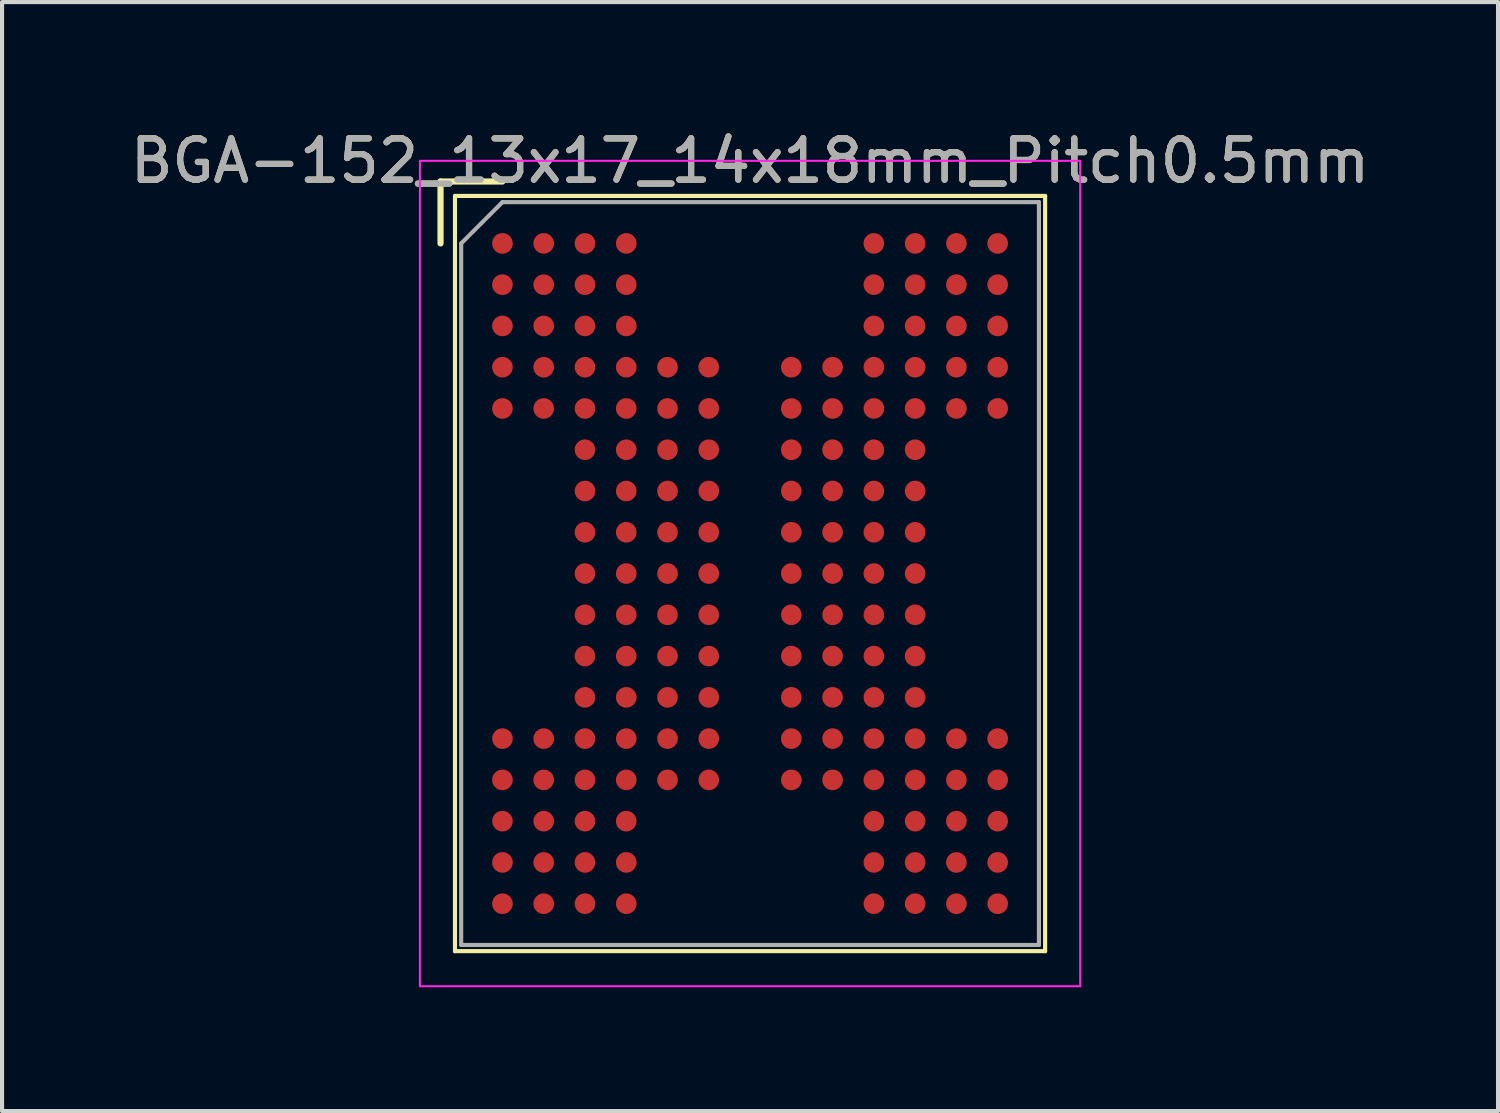
<source format=kicad_pcb>
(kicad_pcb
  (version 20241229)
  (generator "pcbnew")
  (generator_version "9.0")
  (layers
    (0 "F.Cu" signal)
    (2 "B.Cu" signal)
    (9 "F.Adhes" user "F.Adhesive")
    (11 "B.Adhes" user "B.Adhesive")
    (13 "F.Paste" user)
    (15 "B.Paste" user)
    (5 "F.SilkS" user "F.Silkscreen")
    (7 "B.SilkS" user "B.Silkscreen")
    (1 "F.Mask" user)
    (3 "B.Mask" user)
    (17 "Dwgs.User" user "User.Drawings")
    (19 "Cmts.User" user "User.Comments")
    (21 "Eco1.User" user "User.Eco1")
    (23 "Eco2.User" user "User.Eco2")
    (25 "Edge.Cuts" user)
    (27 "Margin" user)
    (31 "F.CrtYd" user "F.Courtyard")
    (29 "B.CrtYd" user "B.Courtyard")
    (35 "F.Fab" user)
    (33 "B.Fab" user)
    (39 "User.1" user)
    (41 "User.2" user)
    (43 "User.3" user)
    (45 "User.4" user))
  (footprint "BGA-152_13x17_14x18mm_Pitch0.5mm"
    (layer "F.Cu")
    (at 15.125 10.848)
    (property "Reference" "BGA-152_13x17_14x18mm_Pitch0.5mm" (at 0 -10 0) (layer "F.SilkS") (effects (font (size 1 1) (thickness 0.15))))
    (attr smd)
    (fp_line (start -7.5 -9.5) (end -6 -9.5) (stroke (width 0.15) (type solid)) (layer "F.SilkS"))
    (fp_line (start -7.5 -8) (end -7.5 -9.5) (stroke (width 0.15) (type solid)) (layer "F.SilkS"))
    (fp_line (start -7.15 -9.15) (end 7.15 -9.15) (stroke (width 0.1) (type solid)) (layer "F.SilkS"))
    (fp_line (start -7.15 9.15) (end -7.15 -9.15) (stroke (width 0.1) (type solid)) (layer "F.SilkS"))
    (fp_line (start 7.15 -9.15) (end 7.15 9.15) (stroke (width 0.1) (type solid)) (layer "F.SilkS"))
    (fp_line (start 7.15 9.15) (end -7.15 9.15) (stroke (width 0.1) (type solid)) (layer "F.SilkS"))
    (fp_line (start -8 -10) (end 8 -10) (stroke (width 0.05) (type solid)) (layer "F.CrtYd"))
    (fp_line (start -8 10) (end -8 -10) (stroke (width 0.05) (type solid)) (layer "F.CrtYd"))
    (fp_line (start 8 -10) (end 8 10) (stroke (width 0.05) (type solid)) (layer "F.CrtYd"))
    (fp_line (start 8 10) (end -8 10) (stroke (width 0.05) (type solid)) (layer "F.CrtYd"))
    (fp_line (start -7 -8) (end -7 9) (stroke (width 0.1) (type solid)) (layer "F.Fab"))
    (fp_line (start -7 9) (end 7 9) (stroke (width 0.1) (type solid)) (layer "F.Fab"))
    (fp_line (start -6 -9) (end -7 -8) (stroke (width 0.1) (type solid)) (layer "F.Fab"))
    (fp_line (start 7 -9) (end -6 -9) (stroke (width 0.1) (type solid)) (layer "F.Fab"))
    (fp_line (start 7 9) (end 7 -9) (stroke (width 0.1) (type solid)) (layer "F.Fab"))
    (fp_text user "${REFERENCE}" (at 0 -10 0) (layer "F.Fab") (effects (font (size 1 1) (thickness 0.15))))
    (pad "A1" smd circle (at -6 -8) (size 0.5 0.5) (layers "F.Cu" "F.Mask" "F.Paste"))
    (pad "A2" smd circle (at -5 -8) (size 0.5 0.5) (layers "F.Cu" "F.Mask" "F.Paste"))
    (pad "A3" smd circle (at -4 -8) (size 0.5 0.5) (layers "F.Cu" "F.Mask" "F.Paste"))
    (pad "A4" smd circle (at -3 -8) (size 0.5 0.5) (layers "F.Cu" "F.Mask" "F.Paste"))
    (pad "A10" smd circle (at 3 -8) (size 0.5 0.5) (layers "F.Cu" "F.Mask" "F.Paste"))
    (pad "A11" smd circle (at 4 -8) (size 0.5 0.5) (layers "F.Cu" "F.Mask" "F.Paste"))
    (pad "A12" smd circle (at 5 -8) (size 0.5 0.5) (layers "F.Cu" "F.Mask" "F.Paste"))
    (pad "A13" smd circle (at 6 -8) (size 0.5 0.5) (layers "F.Cu" "F.Mask" "F.Paste"))
    (pad "B1" smd circle (at -6 -7) (size 0.5 0.5) (layers "F.Cu" "F.Mask" "F.Paste"))
    (pad "B2" smd circle (at -5 -7) (size 0.5 0.5) (layers "F.Cu" "F.Mask" "F.Paste"))
    (pad "B3" smd circle (at -4 -7) (size 0.5 0.5) (layers "F.Cu" "F.Mask" "F.Paste"))
    (pad "B4" smd circle (at -3 -7) (size 0.5 0.5) (layers "F.Cu" "F.Mask" "F.Paste"))
    (pad "B10" smd circle (at 3 -7) (size 0.5 0.5) (layers "F.Cu" "F.Mask" "F.Paste"))
    (pad "B11" smd circle (at 4 -7) (size 0.5 0.5) (layers "F.Cu" "F.Mask" "F.Paste"))
    (pad "B12" smd circle (at 5 -7) (size 0.5 0.5) (layers "F.Cu" "F.Mask" "F.Paste"))
    (pad "B13" smd circle (at 6 -7) (size 0.5 0.5) (layers "F.Cu" "F.Mask" "F.Paste"))
    (pad "C1" smd circle (at -6 -6) (size 0.5 0.5) (layers "F.Cu" "F.Mask" "F.Paste"))
    (pad "C2" smd circle (at -5 -6) (size 0.5 0.5) (layers "F.Cu" "F.Mask" "F.Paste"))
    (pad "C3" smd circle (at -4 -6) (size 0.5 0.5) (layers "F.Cu" "F.Mask" "F.Paste"))
    (pad "C4" smd circle (at -3 -6) (size 0.5 0.5) (layers "F.Cu" "F.Mask" "F.Paste"))
    (pad "C10" smd circle (at 3 -6) (size 0.5 0.5) (layers "F.Cu" "F.Mask" "F.Paste"))
    (pad "C11" smd circle (at 4 -6) (size 0.5 0.5) (layers "F.Cu" "F.Mask" "F.Paste"))
    (pad "C12" smd circle (at 5 -6) (size 0.5 0.5) (layers "F.Cu" "F.Mask" "F.Paste"))
    (pad "C13" smd circle (at 6 -6) (size 0.5 0.5) (layers "F.Cu" "F.Mask" "F.Paste"))
    (pad "D1" smd circle (at -6 -5) (size 0.5 0.5) (layers "F.Cu" "F.Mask" "F.Paste"))
    (pad "D2" smd circle (at -5 -5) (size 0.5 0.5) (layers "F.Cu" "F.Mask" "F.Paste"))
    (pad "D3" smd circle (at -4 -5) (size 0.5 0.5) (layers "F.Cu" "F.Mask" "F.Paste"))
    (pad "D4" smd circle (at -3 -5) (size 0.5 0.5) (layers "F.Cu" "F.Mask" "F.Paste"))
    (pad "D5" smd circle (at -2 -5) (size 0.5 0.5) (layers "F.Cu" "F.Mask" "F.Paste"))
    (pad "D6" smd circle (at -1 -5) (size 0.5 0.5) (layers "F.Cu" "F.Mask" "F.Paste"))
    (pad "D8" smd circle (at 1 -5) (size 0.5 0.5) (layers "F.Cu" "F.Mask" "F.Paste"))
    (pad "D9" smd circle (at 2 -5) (size 0.5 0.5) (layers "F.Cu" "F.Mask" "F.Paste"))
    (pad "D10" smd circle (at 3 -5) (size 0.5 0.5) (layers "F.Cu" "F.Mask" "F.Paste"))
    (pad "D11" smd circle (at 4 -5) (size 0.5 0.5) (layers "F.Cu" "F.Mask" "F.Paste"))
    (pad "D12" smd circle (at 5 -5) (size 0.5 0.5) (layers "F.Cu" "F.Mask" "F.Paste"))
    (pad "D13" smd circle (at 6 -5) (size 0.5 0.5) (layers "F.Cu" "F.Mask" "F.Paste"))
    (pad "E1" smd circle (at -6 -4) (size 0.5 0.5) (layers "F.Cu" "F.Mask" "F.Paste"))
    (pad "E2" smd circle (at -5 -4) (size 0.5 0.5) (layers "F.Cu" "F.Mask" "F.Paste"))
    (pad "E3" smd circle (at -4 -4) (size 0.5 0.5) (layers "F.Cu" "F.Mask" "F.Paste"))
    (pad "E4" smd circle (at -3 -4) (size 0.5 0.5) (layers "F.Cu" "F.Mask" "F.Paste"))
    (pad "E5" smd circle (at -2 -4) (size 0.5 0.5) (layers "F.Cu" "F.Mask" "F.Paste"))
    (pad "E6" smd circle (at -1 -4) (size 0.5 0.5) (layers "F.Cu" "F.Mask" "F.Paste"))
    (pad "E8" smd circle (at 1 -4) (size 0.5 0.5) (layers "F.Cu" "F.Mask" "F.Paste"))
    (pad "E9" smd circle (at 2 -4) (size 0.5 0.5) (layers "F.Cu" "F.Mask" "F.Paste"))
    (pad "E10" smd circle (at 3 -4) (size 0.5 0.5) (layers "F.Cu" "F.Mask" "F.Paste"))
    (pad "E11" smd circle (at 4 -4) (size 0.5 0.5) (layers "F.Cu" "F.Mask" "F.Paste"))
    (pad "E12" smd circle (at 5 -4) (size 0.5 0.5) (layers "F.Cu" "F.Mask" "F.Paste"))
    (pad "E13" smd circle (at 6 -4) (size 0.5 0.5) (layers "F.Cu" "F.Mask" "F.Paste"))
    (pad "F3" smd circle (at -4 -3) (size 0.5 0.5) (layers "F.Cu" "F.Mask" "F.Paste"))
    (pad "F4" smd circle (at -3 -3) (size 0.5 0.5) (layers "F.Cu" "F.Mask" "F.Paste"))
    (pad "F5" smd circle (at -2 -3) (size 0.5 0.5) (layers "F.Cu" "F.Mask" "F.Paste"))
    (pad "F6" smd circle (at -1 -3) (size 0.5 0.5) (layers "F.Cu" "F.Mask" "F.Paste"))
    (pad "F8" smd circle (at 1 -3) (size 0.5 0.5) (layers "F.Cu" "F.Mask" "F.Paste"))
    (pad "F9" smd circle (at 2 -3) (size 0.5 0.5) (layers "F.Cu" "F.Mask" "F.Paste"))
    (pad "F10" smd circle (at 3 -3) (size 0.5 0.5) (layers "F.Cu" "F.Mask" "F.Paste"))
    (pad "F11" smd circle (at 4 -3) (size 0.5 0.5) (layers "F.Cu" "F.Mask" "F.Paste"))
    (pad "G3" smd circle (at -4 -2) (size 0.5 0.5) (layers "F.Cu" "F.Mask" "F.Paste"))
    (pad "G4" smd circle (at -3 -2) (size 0.5 0.5) (layers "F.Cu" "F.Mask" "F.Paste"))
    (pad "G5" smd circle (at -2 -2) (size 0.5 0.5) (layers "F.Cu" "F.Mask" "F.Paste"))
    (pad "G6" smd circle (at -1 -2) (size 0.5 0.5) (layers "F.Cu" "F.Mask" "F.Paste"))
    (pad "G8" smd circle (at 1 -2) (size 0.5 0.5) (layers "F.Cu" "F.Mask" "F.Paste"))
    (pad "G9" smd circle (at 2 -2) (size 0.5 0.5) (layers "F.Cu" "F.Mask" "F.Paste"))
    (pad "G10" smd circle (at 3 -2) (size 0.5 0.5) (layers "F.Cu" "F.Mask" "F.Paste"))
    (pad "G11" smd circle (at 4 -2) (size 0.5 0.5) (layers "F.Cu" "F.Mask" "F.Paste"))
    (pad "H3" smd circle (at -4 -1) (size 0.5 0.5) (layers "F.Cu" "F.Mask" "F.Paste"))
    (pad "H4" smd circle (at -3 -1) (size 0.5 0.5) (layers "F.Cu" "F.Mask" "F.Paste"))
    (pad "H5" smd circle (at -2 -1) (size 0.5 0.5) (layers "F.Cu" "F.Mask" "F.Paste"))
    (pad "H6" smd circle (at -1 -1) (size 0.5 0.5) (layers "F.Cu" "F.Mask" "F.Paste"))
    (pad "H8" smd circle (at 1 -1) (size 0.5 0.5) (layers "F.Cu" "F.Mask" "F.Paste"))
    (pad "H9" smd circle (at 2 -1) (size 0.5 0.5) (layers "F.Cu" "F.Mask" "F.Paste"))
    (pad "H10" smd circle (at 3 -1) (size 0.5 0.5) (layers "F.Cu" "F.Mask" "F.Paste"))
    (pad "H11" smd circle (at 4 -1) (size 0.5 0.5) (layers "F.Cu" "F.Mask" "F.Paste"))
    (pad "J3" smd circle (at -4 0) (size 0.5 0.5) (layers "F.Cu" "F.Mask" "F.Paste"))
    (pad "J4" smd circle (at -3 0) (size 0.5 0.5) (layers "F.Cu" "F.Mask" "F.Paste"))
    (pad "J5" smd circle (at -2 0) (size 0.5 0.5) (layers "F.Cu" "F.Mask" "F.Paste"))
    (pad "J6" smd circle (at -1 0) (size 0.5 0.5) (layers "F.Cu" "F.Mask" "F.Paste"))
    (pad "J8" smd circle (at 1 0) (size 0.5 0.5) (layers "F.Cu" "F.Mask" "F.Paste"))
    (pad "J9" smd circle (at 2 0) (size 0.5 0.5) (layers "F.Cu" "F.Mask" "F.Paste"))
    (pad "J10" smd circle (at 3 0) (size 0.5 0.5) (layers "F.Cu" "F.Mask" "F.Paste"))
    (pad "J11" smd circle (at 4 0) (size 0.5 0.5) (layers "F.Cu" "F.Mask" "F.Paste"))
    (pad "K3" smd circle (at -4 1) (size 0.5 0.5) (layers "F.Cu" "F.Mask" "F.Paste"))
    (pad "K4" smd circle (at -3 1) (size 0.5 0.5) (layers "F.Cu" "F.Mask" "F.Paste"))
    (pad "K5" smd circle (at -2 1) (size 0.5 0.5) (layers "F.Cu" "F.Mask" "F.Paste"))
    (pad "K6" smd circle (at -1 1) (size 0.5 0.5) (layers "F.Cu" "F.Mask" "F.Paste"))
    (pad "K8" smd circle (at 1 1) (size 0.5 0.5) (layers "F.Cu" "F.Mask" "F.Paste"))
    (pad "K9" smd circle (at 2 1) (size 0.5 0.5) (layers "F.Cu" "F.Mask" "F.Paste"))
    (pad "K10" smd circle (at 3 1) (size 0.5 0.5) (layers "F.Cu" "F.Mask" "F.Paste"))
    (pad "K11" smd circle (at 4 1) (size 0.5 0.5) (layers "F.Cu" "F.Mask" "F.Paste"))
    (pad "L3" smd circle (at -4 2) (size 0.5 0.5) (layers "F.Cu" "F.Mask" "F.Paste"))
    (pad "L4" smd circle (at -3 2) (size 0.5 0.5) (layers "F.Cu" "F.Mask" "F.Paste"))
    (pad "L5" smd circle (at -2 2) (size 0.5 0.5) (layers "F.Cu" "F.Mask" "F.Paste"))
    (pad "L6" smd circle (at -1 2) (size 0.5 0.5) (layers "F.Cu" "F.Mask" "F.Paste"))
    (pad "L8" smd circle (at 1 2) (size 0.5 0.5) (layers "F.Cu" "F.Mask" "F.Paste"))
    (pad "L9" smd circle (at 2 2) (size 0.5 0.5) (layers "F.Cu" "F.Mask" "F.Paste"))
    (pad "L10" smd circle (at 3 2) (size 0.5 0.5) (layers "F.Cu" "F.Mask" "F.Paste"))
    (pad "L11" smd circle (at 4 2) (size 0.5 0.5) (layers "F.Cu" "F.Mask" "F.Paste"))
    (pad "M3" smd circle (at -4 3) (size 0.5 0.5) (layers "F.Cu" "F.Mask" "F.Paste"))
    (pad "M4" smd circle (at -3 3) (size 0.5 0.5) (layers "F.Cu" "F.Mask" "F.Paste"))
    (pad "M5" smd circle (at -2 3) (size 0.5 0.5) (layers "F.Cu" "F.Mask" "F.Paste"))
    (pad "M6" smd circle (at -1 3) (size 0.5 0.5) (layers "F.Cu" "F.Mask" "F.Paste"))
    (pad "M8" smd circle (at 1 3) (size 0.5 0.5) (layers "F.Cu" "F.Mask" "F.Paste"))
    (pad "M9" smd circle (at 2 3) (size 0.5 0.5) (layers "F.Cu" "F.Mask" "F.Paste"))
    (pad "M10" smd circle (at 3 3) (size 0.5 0.5) (layers "F.Cu" "F.Mask" "F.Paste"))
    (pad "M11" smd circle (at 4 3) (size 0.5 0.5) (layers "F.Cu" "F.Mask" "F.Paste"))
    (pad "N1" smd circle (at -6 4) (size 0.5 0.5) (layers "F.Cu" "F.Mask" "F.Paste"))
    (pad "N2" smd circle (at -5 4) (size 0.5 0.5) (layers "F.Cu" "F.Mask" "F.Paste"))
    (pad "N3" smd circle (at -4 4) (size 0.5 0.5) (layers "F.Cu" "F.Mask" "F.Paste"))
    (pad "N4" smd circle (at -3 4) (size 0.5 0.5) (layers "F.Cu" "F.Mask" "F.Paste"))
    (pad "N5" smd circle (at -2 4) (size 0.5 0.5) (layers "F.Cu" "F.Mask" "F.Paste"))
    (pad "N6" smd circle (at -1 4) (size 0.5 0.5) (layers "F.Cu" "F.Mask" "F.Paste"))
    (pad "N8" smd circle (at 1 4) (size 0.5 0.5) (layers "F.Cu" "F.Mask" "F.Paste"))
    (pad "N9" smd circle (at 2 4) (size 0.5 0.5) (layers "F.Cu" "F.Mask" "F.Paste"))
    (pad "N10" smd circle (at 3 4) (size 0.5 0.5) (layers "F.Cu" "F.Mask" "F.Paste"))
    (pad "N11" smd circle (at 4 4) (size 0.5 0.5) (layers "F.Cu" "F.Mask" "F.Paste"))
    (pad "N12" smd circle (at 5 4) (size 0.5 0.5) (layers "F.Cu" "F.Mask" "F.Paste"))
    (pad "N13" smd circle (at 6 4) (size 0.5 0.5) (layers "F.Cu" "F.Mask" "F.Paste"))
    (pad "P1" smd circle (at -6 5) (size 0.5 0.5) (layers "F.Cu" "F.Mask" "F.Paste"))
    (pad "P2" smd circle (at -5 5) (size 0.5 0.5) (layers "F.Cu" "F.Mask" "F.Paste"))
    (pad "P3" smd circle (at -4 5) (size 0.5 0.5) (layers "F.Cu" "F.Mask" "F.Paste"))
    (pad "P4" smd circle (at -3 5) (size 0.5 0.5) (layers "F.Cu" "F.Mask" "F.Paste"))
    (pad "P5" smd circle (at -2 5) (size 0.5 0.5) (layers "F.Cu" "F.Mask" "F.Paste"))
    (pad "P6" smd circle (at -1 5) (size 0.5 0.5) (layers "F.Cu" "F.Mask" "F.Paste"))
    (pad "P8" smd circle (at 1 5) (size 0.5 0.5) (layers "F.Cu" "F.Mask" "F.Paste"))
    (pad "P9" smd circle (at 2 5) (size 0.5 0.5) (layers "F.Cu" "F.Mask" "F.Paste"))
    (pad "P10" smd circle (at 3 5) (size 0.5 0.5) (layers "F.Cu" "F.Mask" "F.Paste"))
    (pad "P11" smd circle (at 4 5) (size 0.5 0.5) (layers "F.Cu" "F.Mask" "F.Paste"))
    (pad "P12" smd circle (at 5 5) (size 0.5 0.5) (layers "F.Cu" "F.Mask" "F.Paste"))
    (pad "P13" smd circle (at 6 5) (size 0.5 0.5) (layers "F.Cu" "F.Mask" "F.Paste"))
    (pad "R1" smd circle (at -6 6) (size 0.5 0.5) (layers "F.Cu" "F.Mask" "F.Paste"))
    (pad "R2" smd circle (at -5 6) (size 0.5 0.5) (layers "F.Cu" "F.Mask" "F.Paste"))
    (pad "R3" smd circle (at -4 6) (size 0.5 0.5) (layers "F.Cu" "F.Mask" "F.Paste"))
    (pad "R4" smd circle (at -3 6) (size 0.5 0.5) (layers "F.Cu" "F.Mask" "F.Paste"))
    (pad "R10" smd circle (at 3 6) (size 0.5 0.5) (layers "F.Cu" "F.Mask" "F.Paste"))
    (pad "R11" smd circle (at 4 6) (size 0.5 0.5) (layers "F.Cu" "F.Mask" "F.Paste"))
    (pad "R12" smd circle (at 5 6) (size 0.5 0.5) (layers "F.Cu" "F.Mask" "F.Paste"))
    (pad "R13" smd circle (at 6 6) (size 0.5 0.5) (layers "F.Cu" "F.Mask" "F.Paste"))
    (pad "T1" smd circle (at -6 7) (size 0.5 0.5) (layers "F.Cu" "F.Mask" "F.Paste"))
    (pad "T2" smd circle (at -5 7) (size 0.5 0.5) (layers "F.Cu" "F.Mask" "F.Paste"))
    (pad "T3" smd circle (at -4 7) (size 0.5 0.5) (layers "F.Cu" "F.Mask" "F.Paste"))
    (pad "T4" smd circle (at -3 7) (size 0.5 0.5) (layers "F.Cu" "F.Mask" "F.Paste"))
    (pad "T10" smd circle (at 3 7) (size 0.5 0.5) (layers "F.Cu" "F.Mask" "F.Paste"))
    (pad "T11" smd circle (at 4 7) (size 0.5 0.5) (layers "F.Cu" "F.Mask" "F.Paste"))
    (pad "T12" smd circle (at 5 7) (size 0.5 0.5) (layers "F.Cu" "F.Mask" "F.Paste"))
    (pad "T13" smd circle (at 6 7) (size 0.5 0.5) (layers "F.Cu" "F.Mask" "F.Paste"))
    (pad "U1" smd circle (at -6 8) (size 0.5 0.5) (layers "F.Cu" "F.Mask" "F.Paste"))
    (pad "U2" smd circle (at -5 8) (size 0.5 0.5) (layers "F.Cu" "F.Mask" "F.Paste"))
    (pad "U3" smd circle (at -4 8) (size 0.5 0.5) (layers "F.Cu" "F.Mask" "F.Paste"))
    (pad "U4" smd circle (at -3 8) (size 0.5 0.5) (layers "F.Cu" "F.Mask" "F.Paste"))
    (pad "U10" smd circle (at 3 8) (size 0.5 0.5) (layers "F.Cu" "F.Mask" "F.Paste"))
    (pad "U11" smd circle (at 4 8) (size 0.5 0.5) (layers "F.Cu" "F.Mask" "F.Paste"))
    (pad "U12" smd circle (at 5 8) (size 0.5 0.5) (layers "F.Cu" "F.Mask" "F.Paste"))
    (pad "U13" smd circle (at 6 8) (size 0.5 0.5) (layers "F.Cu" "F.Mask" "F.Paste")))
  (gr_rect
    (start -3 -3)
    (end 33.25 23.873)
    (stroke (width 0.1) (type default))
    (fill no)
    (layer "Edge.Cuts")))
</source>
